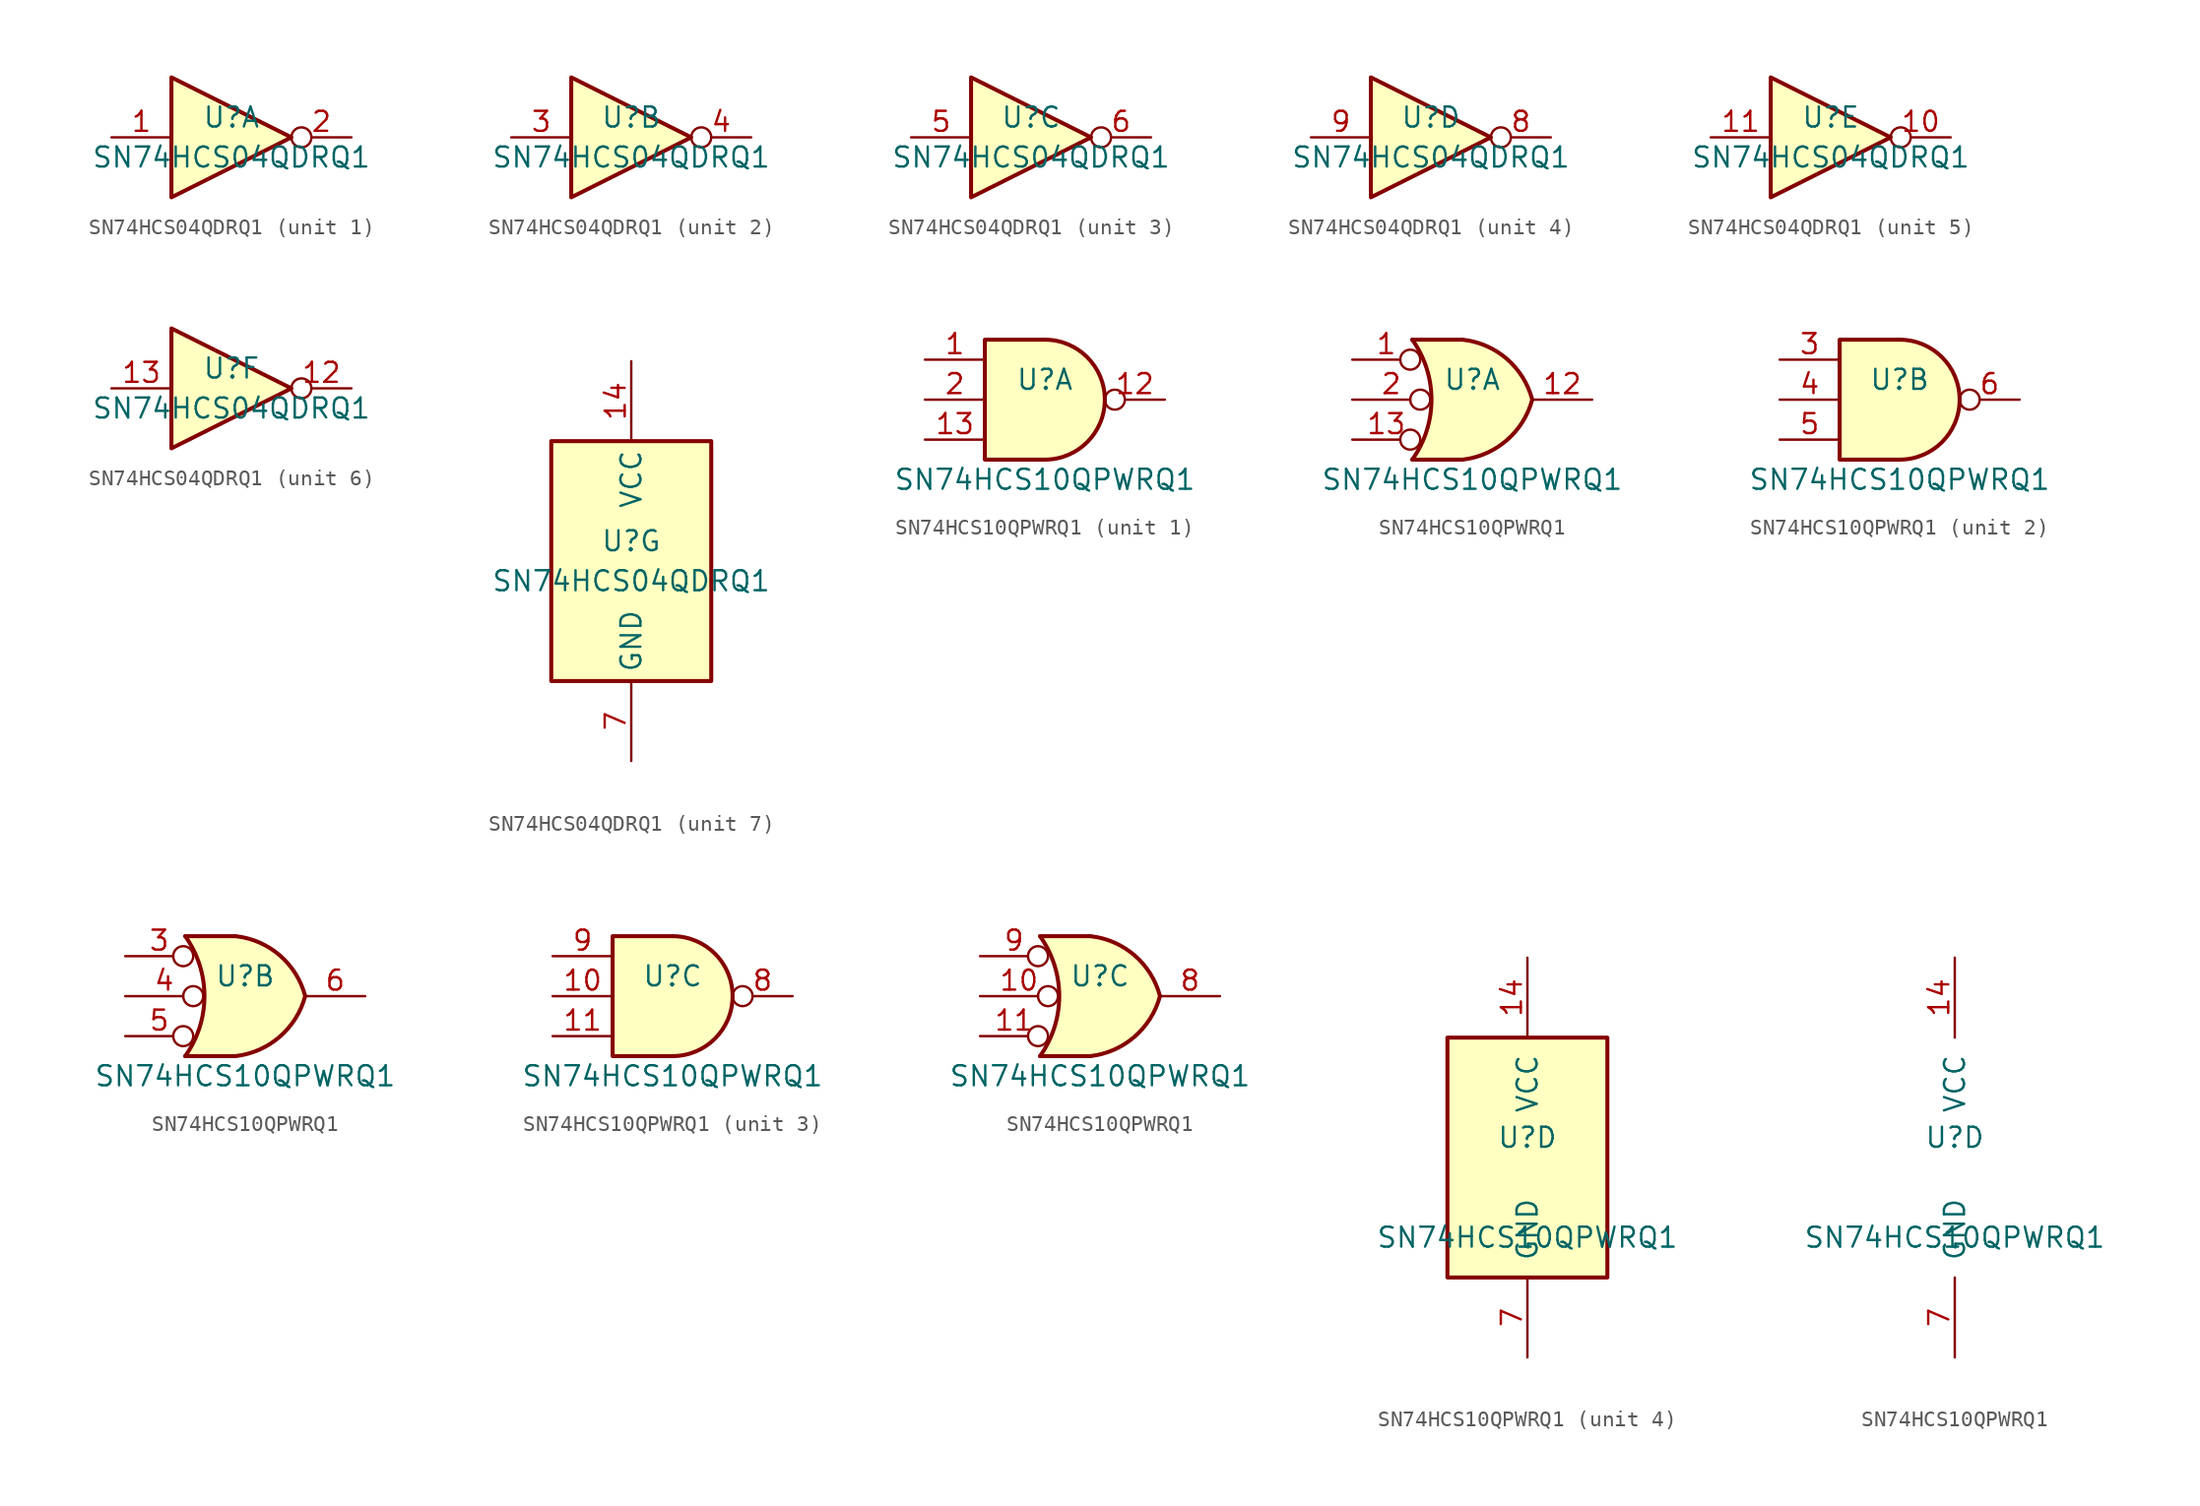
<source format=kicad_sym>
(kicad_symbol_lib
  (version 20211014)
  (generator kicad_symbol_editor)
  (symbol "‎SN74HCS04QDRQ1‎"
    (property "Reference" "U"
      (at 0 1.27 0)
      (effects (font (size 1.27 1.27))))
    (property "Value" "‎SN74HCS04QDRQ1‎"
      (at 0 -1.27 0)
      (effects (font (size 1.27 1.27))))
    (property "ki_locked" ""
      (at 0 0 0)
      (effects (font (size 1.27 1.27))))
    (symbol "‎SN74HCS04QDRQ1‎_1_0"
      (polyline (pts (xy -3.81 3.81) (xy -3.81 -3.81) (xy 3.81 0) (xy -3.81 3.81)) (stroke (width 0.254) (type default) (color 0 0 0 0)) (fill (type background)))
      (pin input line (at -7.62 0 0) (length 3.81) (name "~" (effects (font (size 1.27 1.27)))) (number "1" (effects (font (size 1.27 1.27)))))
      (pin output inverted (at 7.62 0 180) (length 3.81) (name "~" (effects (font (size 1.27 1.27)))) (number "2" (effects (font (size 1.27 1.27))))))
    (symbol "‎SN74HCS04QDRQ1‎_2_0"
      (polyline (pts (xy -3.81 3.81) (xy -3.81 -3.81) (xy 3.81 0) (xy -3.81 3.81)) (stroke (width 0.254) (type default) (color 0 0 0 0)) (fill (type background)))
      (pin input line (at -7.62 0 0) (length 3.81) (name "~" (effects (font (size 1.27 1.27)))) (number "3" (effects (font (size 1.27 1.27)))))
      (pin output inverted (at 7.62 0 180) (length 3.81) (name "~" (effects (font (size 1.27 1.27)))) (number "4" (effects (font (size 1.27 1.27))))))
    (symbol "‎SN74HCS04QDRQ1‎_3_0"
      (polyline (pts (xy -3.81 3.81) (xy -3.81 -3.81) (xy 3.81 0) (xy -3.81 3.81)) (stroke (width 0.254) (type default) (color 0 0 0 0)) (fill (type background)))
      (pin input line (at -7.62 0 0) (length 3.81) (name "~" (effects (font (size 1.27 1.27)))) (number "5" (effects (font (size 1.27 1.27)))))
      (pin output inverted (at 7.62 0 180) (length 3.81) (name "~" (effects (font (size 1.27 1.27)))) (number "6" (effects (font (size 1.27 1.27))))))
    (symbol "‎SN74HCS04QDRQ1‎_4_0"
      (polyline (pts (xy -3.81 3.81) (xy -3.81 -3.81) (xy 3.81 0) (xy -3.81 3.81)) (stroke (width 0.254) (type default) (color 0 0 0 0)) (fill (type background)))
      (pin output inverted (at 7.62 0 180) (length 3.81) (name "~" (effects (font (size 1.27 1.27)))) (number "8" (effects (font (size 1.27 1.27)))))
      (pin input line (at -7.62 0 0) (length 3.81) (name "~" (effects (font (size 1.27 1.27)))) (number "9" (effects (font (size 1.27 1.27))))))
    (symbol "‎SN74HCS04QDRQ1‎_5_0"
      (polyline (pts (xy -3.81 3.81) (xy -3.81 -3.81) (xy 3.81 0) (xy -3.81 3.81)) (stroke (width 0.254) (type default) (color 0 0 0 0)) (fill (type background)))
      (pin output inverted (at 7.62 0 180) (length 3.81) (name "~" (effects (font (size 1.27 1.27)))) (number "10" (effects (font (size 1.27 1.27)))))
      (pin input line (at -7.62 0 0) (length 3.81) (name "~" (effects (font (size 1.27 1.27)))) (number "11" (effects (font (size 1.27 1.27))))))
    (symbol "‎SN74HCS04QDRQ1‎_6_0"
      (polyline (pts (xy -3.81 3.81) (xy -3.81 -3.81) (xy 3.81 0) (xy -3.81 3.81)) (stroke (width 0.254) (type default) (color 0 0 0 0)) (fill (type background)))
      (pin output inverted (at 7.62 0 180) (length 3.81) (name "~" (effects (font (size 1.27 1.27)))) (number "12" (effects (font (size 1.27 1.27)))))
      (pin input line (at -7.62 0 0) (length 3.81) (name "~" (effects (font (size 1.27 1.27)))) (number "13" (effects (font (size 1.27 1.27))))))
    (symbol "‎SN74HCS04QDRQ1‎_7_0"
      (pin power_in line (at 0 12.7 270) (length 5.08) (name "VCC" (effects (font (size 1.27 1.27)))) (number "14" (effects (font (size 1.27 1.27)))))
      (pin power_in line (at 0 -12.7 90) (length 5.08) (name "GND" (effects (font (size 1.27 1.27)))) (number "7" (effects (font (size 1.27 1.27))))))
    (symbol "‎SN74HCS04QDRQ1‎_7_1"
      (rectangle (start -5.08 7.62) (end 5.08 -7.62) (stroke (width 0.254) (type default) (color 0 0 0 0)) (fill (type background)))))
  (symbol "‎SN74HCS10QPWRQ1‎"
    (pin_names
      (offset 1.016))
    (property "Reference" "U"
      (at 0 1.27 0)
      (effects (font (size 1.27 1.27))))
    (property "Value" "‎SN74HCS10QPWRQ1‎"
      (at 0 -5.08 0)
      (effects (font (size 1.27 1.27))))
    (property "ki_locked" ""
      (at 0 0 0)
      (effects (font (size 1.27 1.27))))
    (symbol "‎SN74HCS10QPWRQ1‎_1_1"
      (arc (start 0 -3.81) (mid 3.81 0) (end 0 3.81) (stroke (width 0.254) (type default) (color 0 0 0 0)) (fill (type background)))
      (polyline (pts (xy 0 3.81) (xy -3.81 3.81) (xy -3.81 -3.81) (xy 0 -3.81)) (stroke (width 0.254) (type default) (color 0 0 0 0)) (fill (type background)))
      (pin input line (at -7.62 2.54 0) (length 3.81) (name "~" (effects (font (size 1.27 1.27)))) (number "1" (effects (font (size 1.27 1.27)))))
      (pin output inverted (at 7.62 0 180) (length 3.81) (name "~" (effects (font (size 1.27 1.27)))) (number "12" (effects (font (size 1.27 1.27)))))
      (pin input line (at -7.62 -2.54 0) (length 3.81) (name "~" (effects (font (size 1.27 1.27)))) (number "13" (effects (font (size 1.27 1.27)))))
      (pin input line (at -7.62 0 0) (length 3.81) (name "~" (effects (font (size 1.27 1.27)))) (number "2" (effects (font (size 1.27 1.27))))))
    (symbol "‎SN74HCS10QPWRQ1‎_1_2"
      (arc (start -3.81 -3.81) (mid -2.589 0) (end -3.81 3.81) (stroke (width 0.254) (type default) (color 0 0 0 0)) (fill (type none)))
      (arc (start -0.6096 -3.81) (mid 2.1855 -2.584) (end 3.81 0) (stroke (width 0.254) (type default) (color 0 0 0 0)) (fill (type background)))
      (polyline (pts (xy -3.81 -3.81) (xy -0.635 -3.81)) (stroke (width 0.254) (type default) (color 0 0 0 0)) (fill (type background)))
      (polyline (pts (xy -3.81 3.81) (xy -0.635 3.81)) (stroke (width 0.254) (type default) (color 0 0 0 0)) (fill (type background)))
      (polyline (pts (xy -0.635 3.81) (xy -3.81 3.81) (xy -3.81 3.81) (xy -3.556 3.404) (xy -3.023 2.261) (xy -2.692 1.041) (xy -2.616 -0.254) (xy -2.769 -1.499) (xy -3.175 -2.718) (xy -3.81 -3.81) (xy -3.81 -3.81) (xy -0.635 -3.81)) (stroke (width -25.4) (type default) (color 0 0 0 0)) (fill (type background)))
      (arc (start 3.81 0) (mid 2.1928 2.5925) (end -0.6096 3.81) (stroke (width 0.254) (type default) (color 0 0 0 0)) (fill (type background)))
      (pin input inverted (at -7.62 2.54 0) (length 4.318) (name "~" (effects (font (size 1.27 1.27)))) (number "1" (effects (font (size 1.27 1.27)))))
      (pin output line (at 7.62 0 180) (length 3.81) (name "~" (effects (font (size 1.27 1.27)))) (number "12" (effects (font (size 1.27 1.27)))))
      (pin input inverted (at -7.62 -2.54 0) (length 4.318) (name "~" (effects (font (size 1.27 1.27)))) (number "13" (effects (font (size 1.27 1.27)))))
      (pin input inverted (at -7.62 0 0) (length 4.953) (name "~" (effects (font (size 1.27 1.27)))) (number "2" (effects (font (size 1.27 1.27))))))
    (symbol "‎SN74HCS10QPWRQ1‎_2_1"
      (arc (start 0 -3.81) (mid 3.81 0) (end 0 3.81) (stroke (width 0.254) (type default) (color 0 0 0 0)) (fill (type background)))
      (polyline (pts (xy 0 3.81) (xy -3.81 3.81) (xy -3.81 -3.81) (xy 0 -3.81)) (stroke (width 0.254) (type default) (color 0 0 0 0)) (fill (type background)))
      (pin input line (at -7.62 2.54 0) (length 3.81) (name "~" (effects (font (size 1.27 1.27)))) (number "3" (effects (font (size 1.27 1.27)))))
      (pin input line (at -7.62 0 0) (length 3.81) (name "~" (effects (font (size 1.27 1.27)))) (number "4" (effects (font (size 1.27 1.27)))))
      (pin input line (at -7.62 -2.54 0) (length 3.81) (name "~" (effects (font (size 1.27 1.27)))) (number "5" (effects (font (size 1.27 1.27)))))
      (pin output inverted (at 7.62 0 180) (length 3.81) (name "~" (effects (font (size 1.27 1.27)))) (number "6" (effects (font (size 1.27 1.27))))))
    (symbol "‎SN74HCS10QPWRQ1‎_2_2"
      (arc (start -3.81 -3.81) (mid -2.589 0) (end -3.81 3.81) (stroke (width 0.254) (type default) (color 0 0 0 0)) (fill (type none)))
      (arc (start -0.6096 -3.81) (mid 2.1855 -2.584) (end 3.81 0) (stroke (width 0.254) (type default) (color 0 0 0 0)) (fill (type background)))
      (polyline (pts (xy -3.81 -3.81) (xy -0.635 -3.81)) (stroke (width 0.254) (type default) (color 0 0 0 0)) (fill (type background)))
      (polyline (pts (xy -3.81 3.81) (xy -0.635 3.81)) (stroke (width 0.254) (type default) (color 0 0 0 0)) (fill (type background)))
      (polyline (pts (xy -0.635 3.81) (xy -3.81 3.81) (xy -3.81 3.81) (xy -3.556 3.404) (xy -3.023 2.261) (xy -2.692 1.041) (xy -2.616 -0.254) (xy -2.769 -1.499) (xy -3.175 -2.718) (xy -3.81 -3.81) (xy -3.81 -3.81) (xy -0.635 -3.81)) (stroke (width -25.4) (type default) (color 0 0 0 0)) (fill (type background)))
      (arc (start 3.81 0) (mid 2.1928 2.5925) (end -0.6096 3.81) (stroke (width 0.254) (type default) (color 0 0 0 0)) (fill (type background)))
      (pin input inverted (at -7.62 2.54 0) (length 4.318) (name "~" (effects (font (size 1.27 1.27)))) (number "3" (effects (font (size 1.27 1.27)))))
      (pin input inverted (at -7.62 0 0) (length 4.953) (name "~" (effects (font (size 1.27 1.27)))) (number "4" (effects (font (size 1.27 1.27)))))
      (pin input inverted (at -7.62 -2.54 0) (length 4.318) (name "~" (effects (font (size 1.27 1.27)))) (number "5" (effects (font (size 1.27 1.27)))))
      (pin output line (at 7.62 0 180) (length 3.81) (name "~" (effects (font (size 1.27 1.27)))) (number "6" (effects (font (size 1.27 1.27))))))
    (symbol "‎SN74HCS10QPWRQ1‎_3_1"
      (arc (start 0 -3.81) (mid 3.81 0) (end 0 3.81) (stroke (width 0.254) (type default) (color 0 0 0 0)) (fill (type background)))
      (polyline (pts (xy 0 3.81) (xy -3.81 3.81) (xy -3.81 -3.81) (xy 0 -3.81)) (stroke (width 0.254) (type default) (color 0 0 0 0)) (fill (type background)))
      (pin input line (at -7.62 0 0) (length 3.81) (name "~" (effects (font (size 1.27 1.27)))) (number "10" (effects (font (size 1.27 1.27)))))
      (pin input line (at -7.62 -2.54 0) (length 3.81) (name "~" (effects (font (size 1.27 1.27)))) (number "11" (effects (font (size 1.27 1.27)))))
      (pin output inverted (at 7.62 0 180) (length 3.81) (name "~" (effects (font (size 1.27 1.27)))) (number "8" (effects (font (size 1.27 1.27)))))
      (pin input line (at -7.62 2.54 0) (length 3.81) (name "~" (effects (font (size 1.27 1.27)))) (number "9" (effects (font (size 1.27 1.27))))))
    (symbol "‎SN74HCS10QPWRQ1‎_3_2"
      (arc (start -3.81 -3.81) (mid -2.589 0) (end -3.81 3.81) (stroke (width 0.254) (type default) (color 0 0 0 0)) (fill (type none)))
      (arc (start -0.6096 -3.81) (mid 2.1855 -2.584) (end 3.81 0) (stroke (width 0.254) (type default) (color 0 0 0 0)) (fill (type background)))
      (polyline (pts (xy -3.81 -3.81) (xy -0.635 -3.81)) (stroke (width 0.254) (type default) (color 0 0 0 0)) (fill (type background)))
      (polyline (pts (xy -3.81 3.81) (xy -0.635 3.81)) (stroke (width 0.254) (type default) (color 0 0 0 0)) (fill (type background)))
      (polyline (pts (xy -0.635 3.81) (xy -3.81 3.81) (xy -3.81 3.81) (xy -3.556 3.404) (xy -3.023 2.261) (xy -2.692 1.041) (xy -2.616 -0.254) (xy -2.769 -1.499) (xy -3.175 -2.718) (xy -3.81 -3.81) (xy -3.81 -3.81) (xy -0.635 -3.81)) (stroke (width -25.4) (type default) (color 0 0 0 0)) (fill (type background)))
      (arc (start 3.81 0) (mid 2.1928 2.5925) (end -0.6096 3.81) (stroke (width 0.254) (type default) (color 0 0 0 0)) (fill (type background)))
      (pin input inverted (at -7.62 0 0) (length 4.953) (name "~" (effects (font (size 1.27 1.27)))) (number "10" (effects (font (size 1.27 1.27)))))
      (pin input inverted (at -7.62 -2.54 0) (length 4.318) (name "~" (effects (font (size 1.27 1.27)))) (number "11" (effects (font (size 1.27 1.27)))))
      (pin output line (at 7.62 0 180) (length 3.81) (name "~" (effects (font (size 1.27 1.27)))) (number "8" (effects (font (size 1.27 1.27)))))
      (pin input inverted (at -7.62 2.54 0) (length 4.318) (name "~" (effects (font (size 1.27 1.27)))) (number "9" (effects (font (size 1.27 1.27))))))
    (symbol "‎SN74HCS10QPWRQ1‎_4_0"
      (pin power_in line (at 0 12.7 270) (length 5.08) (name "VCC" (effects (font (size 1.27 1.27)))) (number "14" (effects (font (size 1.27 1.27)))))
      (pin power_in line (at 0 -12.7 90) (length 5.08) (name "GND" (effects (font (size 1.27 1.27)))) (number "7" (effects (font (size 1.27 1.27))))))
    (symbol "‎SN74HCS10QPWRQ1‎_4_1"
      (rectangle (start -5.08 7.62) (end 5.08 -7.62) (stroke (width 0.254) (type default) (color 0 0 0 0)) (fill (type background))))))
</source>
